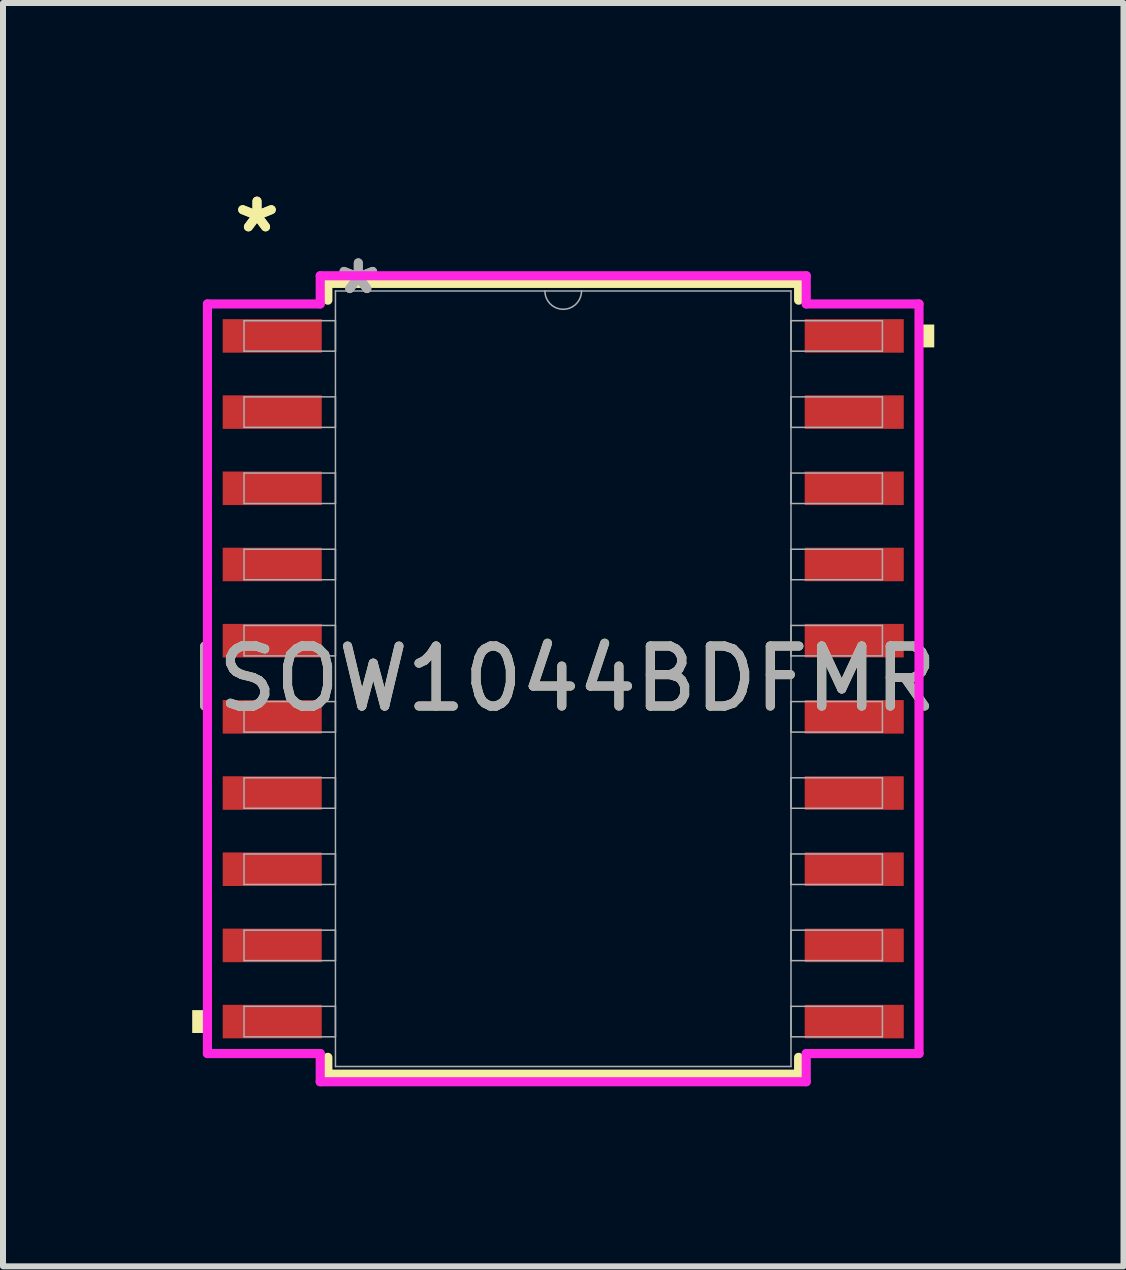
<source format=kicad_pcb>
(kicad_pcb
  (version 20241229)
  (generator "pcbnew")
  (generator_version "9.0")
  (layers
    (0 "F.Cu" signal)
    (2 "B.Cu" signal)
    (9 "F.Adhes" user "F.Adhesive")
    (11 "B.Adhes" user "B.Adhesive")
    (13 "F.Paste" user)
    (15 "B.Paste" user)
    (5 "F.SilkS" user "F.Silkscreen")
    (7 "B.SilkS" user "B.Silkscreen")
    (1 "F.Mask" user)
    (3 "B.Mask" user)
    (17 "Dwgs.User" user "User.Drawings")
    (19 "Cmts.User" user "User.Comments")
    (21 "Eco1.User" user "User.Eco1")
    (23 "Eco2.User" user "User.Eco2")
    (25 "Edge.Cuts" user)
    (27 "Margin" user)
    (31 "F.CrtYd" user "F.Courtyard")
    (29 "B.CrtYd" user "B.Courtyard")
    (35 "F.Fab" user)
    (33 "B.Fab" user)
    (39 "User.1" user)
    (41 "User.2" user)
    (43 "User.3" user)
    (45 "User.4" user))
  (footprint "ISOW1044BDFMR"
    (layer "F.Cu")
    (at 6.339 8.265)
    (property "Reference" "ISOW1044BDFMR" (at 0 0 0) (unlocked yes) (layer "F.SilkS") (effects (font (size 1 1) (thickness 0.15))))
    (attr smd)
    (fp_line (start -3.924 -6.591) (end -3.924 -6.311) (stroke (width 0.152) (type solid)) (layer "F.SilkS"))
    (fp_line (start -3.924 6.311) (end -3.924 6.591) (stroke (width 0.152) (type solid)) (layer "F.SilkS"))
    (fp_line (start -3.924 6.591) (end 3.924 6.591) (stroke (width 0.152) (type solid)) (layer "F.SilkS"))
    (fp_line (start 3.924 -6.591) (end -3.924 -6.591) (stroke (width 0.152) (type solid)) (layer "F.SilkS"))
    (fp_line (start 3.924 -6.311) (end 3.924 -6.591) (stroke (width 0.152) (type solid)) (layer "F.SilkS"))
    (fp_line (start 3.924 6.591) (end 3.924 6.311) (stroke (width 0.152) (type solid)) (layer "F.SilkS"))
    (fp_poly (pts (xy -6.185 5.524) (xy -6.185 5.905) (xy -5.931 5.905) (xy -5.931 5.524)) (stroke (width 0) (type solid)) (fill yes) (layer "F.SilkS"))
    (fp_poly (pts (xy 6.185 -5.905) (xy 6.185 -5.524) (xy 5.931 -5.524) (xy 5.931 -5.905)) (stroke (width 0) (type solid)) (fill yes) (layer "F.SilkS"))
    (fp_line (start -5.931 -6.248) (end -4.051 -6.248) (stroke (width 0.152) (type solid)) (layer "F.CrtYd"))
    (fp_line (start -5.931 6.248) (end -5.931 -6.248) (stroke (width 0.152) (type solid)) (layer "F.CrtYd"))
    (fp_line (start -5.931 6.248) (end -4.051 6.248) (stroke (width 0.152) (type solid)) (layer "F.CrtYd"))
    (fp_line (start -4.051 -6.718) (end 4.051 -6.718) (stroke (width 0.152) (type solid)) (layer "F.CrtYd"))
    (fp_line (start -4.051 -6.248) (end -4.051 -6.718) (stroke (width 0.152) (type solid)) (layer "F.CrtYd"))
    (fp_line (start -4.051 6.718) (end -4.051 6.248) (stroke (width 0.152) (type solid)) (layer "F.CrtYd"))
    (fp_line (start 4.051 -6.718) (end 4.051 -6.248) (stroke (width 0.152) (type solid)) (layer "F.CrtYd"))
    (fp_line (start 4.051 6.248) (end 4.051 6.718) (stroke (width 0.152) (type solid)) (layer "F.CrtYd"))
    (fp_line (start 4.051 6.718) (end -4.051 6.718) (stroke (width 0.152) (type solid)) (layer "F.CrtYd"))
    (fp_line (start 5.931 -6.248) (end 4.051 -6.248) (stroke (width 0.152) (type solid)) (layer "F.CrtYd"))
    (fp_line (start 5.931 -6.248) (end 5.931 6.248) (stroke (width 0.152) (type solid)) (layer "F.CrtYd"))
    (fp_line (start 5.931 6.248) (end 4.051 6.248) (stroke (width 0.152) (type solid)) (layer "F.CrtYd"))
    (fp_line (start -5.321 -5.969) (end -5.321 -5.461) (stroke (width 0.025) (type solid)) (layer "F.Fab"))
    (fp_line (start -5.321 -5.461) (end -3.797 -5.461) (stroke (width 0.025) (type solid)) (layer "F.Fab"))
    (fp_line (start -5.321 -4.699) (end -5.321 -4.191) (stroke (width 0.025) (type solid)) (layer "F.Fab"))
    (fp_line (start -5.321 -4.191) (end -3.797 -4.191) (stroke (width 0.025) (type solid)) (layer "F.Fab"))
    (fp_line (start -5.321 -3.429) (end -5.321 -2.921) (stroke (width 0.025) (type solid)) (layer "F.Fab"))
    (fp_line (start -5.321 -2.921) (end -3.797 -2.921) (stroke (width 0.025) (type solid)) (layer "F.Fab"))
    (fp_line (start -5.321 -2.159) (end -5.321 -1.651) (stroke (width 0.025) (type solid)) (layer "F.Fab"))
    (fp_line (start -5.321 -1.651) (end -3.797 -1.651) (stroke (width 0.025) (type solid)) (layer "F.Fab"))
    (fp_line (start -5.321 -0.889) (end -5.321 -0.381) (stroke (width 0.025) (type solid)) (layer "F.Fab"))
    (fp_line (start -5.321 -0.381) (end -3.797 -0.381) (stroke (width 0.025) (type solid)) (layer "F.Fab"))
    (fp_line (start -5.321 0.381) (end -5.321 0.889) (stroke (width 0.025) (type solid)) (layer "F.Fab"))
    (fp_line (start -5.321 0.889) (end -3.797 0.889) (stroke (width 0.025) (type solid)) (layer "F.Fab"))
    (fp_line (start -5.321 1.651) (end -5.321 2.159) (stroke (width 0.025) (type solid)) (layer "F.Fab"))
    (fp_line (start -5.321 2.159) (end -3.797 2.159) (stroke (width 0.025) (type solid)) (layer "F.Fab"))
    (fp_line (start -5.321 2.921) (end -5.321 3.429) (stroke (width 0.025) (type solid)) (layer "F.Fab"))
    (fp_line (start -5.321 3.429) (end -3.797 3.429) (stroke (width 0.025) (type solid)) (layer "F.Fab"))
    (fp_line (start -5.321 4.191) (end -5.321 4.699) (stroke (width 0.025) (type solid)) (layer "F.Fab"))
    (fp_line (start -5.321 4.699) (end -3.797 4.699) (stroke (width 0.025) (type solid)) (layer "F.Fab"))
    (fp_line (start -5.321 5.461) (end -5.321 5.969) (stroke (width 0.025) (type solid)) (layer "F.Fab"))
    (fp_line (start -5.321 5.969) (end -3.797 5.969) (stroke (width 0.025) (type solid)) (layer "F.Fab"))
    (fp_line (start -3.797 -6.464) (end -3.797 6.464) (stroke (width 0.025) (type solid)) (layer "F.Fab"))
    (fp_line (start -3.797 -5.969) (end -5.321 -5.969) (stroke (width 0.025) (type solid)) (layer "F.Fab"))
    (fp_line (start -3.797 -5.461) (end -3.797 -5.969) (stroke (width 0.025) (type solid)) (layer "F.Fab"))
    (fp_line (start -3.797 -4.699) (end -5.321 -4.699) (stroke (width 0.025) (type solid)) (layer "F.Fab"))
    (fp_line (start -3.797 -4.191) (end -3.797 -4.699) (stroke (width 0.025) (type solid)) (layer "F.Fab"))
    (fp_line (start -3.797 -3.429) (end -5.321 -3.429) (stroke (width 0.025) (type solid)) (layer "F.Fab"))
    (fp_line (start -3.797 -2.921) (end -3.797 -3.429) (stroke (width 0.025) (type solid)) (layer "F.Fab"))
    (fp_line (start -3.797 -2.159) (end -5.321 -2.159) (stroke (width 0.025) (type solid)) (layer "F.Fab"))
    (fp_line (start -3.797 -1.651) (end -3.797 -2.159) (stroke (width 0.025) (type solid)) (layer "F.Fab"))
    (fp_line (start -3.797 -0.889) (end -5.321 -0.889) (stroke (width 0.025) (type solid)) (layer "F.Fab"))
    (fp_line (start -3.797 -0.381) (end -3.797 -0.889) (stroke (width 0.025) (type solid)) (layer "F.Fab"))
    (fp_line (start -3.797 0.381) (end -5.321 0.381) (stroke (width 0.025) (type solid)) (layer "F.Fab"))
    (fp_line (start -3.797 0.889) (end -3.797 0.381) (stroke (width 0.025) (type solid)) (layer "F.Fab"))
    (fp_line (start -3.797 1.651) (end -5.321 1.651) (stroke (width 0.025) (type solid)) (layer "F.Fab"))
    (fp_line (start -3.797 2.159) (end -3.797 1.651) (stroke (width 0.025) (type solid)) (layer "F.Fab"))
    (fp_line (start -3.797 2.921) (end -5.321 2.921) (stroke (width 0.025) (type solid)) (layer "F.Fab"))
    (fp_line (start -3.797 3.429) (end -3.797 2.921) (stroke (width 0.025) (type solid)) (layer "F.Fab"))
    (fp_line (start -3.797 4.191) (end -5.321 4.191) (stroke (width 0.025) (type solid)) (layer "F.Fab"))
    (fp_line (start -3.797 4.699) (end -3.797 4.191) (stroke (width 0.025) (type solid)) (layer "F.Fab"))
    (fp_line (start -3.797 5.461) (end -5.321 5.461) (stroke (width 0.025) (type solid)) (layer "F.Fab"))
    (fp_line (start -3.797 5.969) (end -3.797 5.461) (stroke (width 0.025) (type solid)) (layer "F.Fab"))
    (fp_line (start -3.797 6.464) (end 3.797 6.464) (stroke (width 0.025) (type solid)) (layer "F.Fab"))
    (fp_line (start 3.797 -6.464) (end -3.797 -6.464) (stroke (width 0.025) (type solid)) (layer "F.Fab"))
    (fp_line (start 3.797 -5.969) (end 3.797 -5.461) (stroke (width 0.025) (type solid)) (layer "F.Fab"))
    (fp_line (start 3.797 -5.461) (end 5.321 -5.461) (stroke (width 0.025) (type solid)) (layer "F.Fab"))
    (fp_line (start 3.797 -4.699) (end 3.797 -4.191) (stroke (width 0.025) (type solid)) (layer "F.Fab"))
    (fp_line (start 3.797 -4.191) (end 5.321 -4.191) (stroke (width 0.025) (type solid)) (layer "F.Fab"))
    (fp_line (start 3.797 -3.429) (end 3.797 -2.921) (stroke (width 0.025) (type solid)) (layer "F.Fab"))
    (fp_line (start 3.797 -2.921) (end 5.321 -2.921) (stroke (width 0.025) (type solid)) (layer "F.Fab"))
    (fp_line (start 3.797 -2.159) (end 3.797 -1.651) (stroke (width 0.025) (type solid)) (layer "F.Fab"))
    (fp_line (start 3.797 -1.651) (end 5.321 -1.651) (stroke (width 0.025) (type solid)) (layer "F.Fab"))
    (fp_line (start 3.797 -0.889) (end 3.797 -0.381) (stroke (width 0.025) (type solid)) (layer "F.Fab"))
    (fp_line (start 3.797 -0.381) (end 5.321 -0.381) (stroke (width 0.025) (type solid)) (layer "F.Fab"))
    (fp_line (start 3.797 0.381) (end 3.797 0.889) (stroke (width 0.025) (type solid)) (layer "F.Fab"))
    (fp_line (start 3.797 0.889) (end 5.321 0.889) (stroke (width 0.025) (type solid)) (layer "F.Fab"))
    (fp_line (start 3.797 1.651) (end 3.797 2.159) (stroke (width 0.025) (type solid)) (layer "F.Fab"))
    (fp_line (start 3.797 2.159) (end 5.321 2.159) (stroke (width 0.025) (type solid)) (layer "F.Fab"))
    (fp_line (start 3.797 2.921) (end 3.797 3.429) (stroke (width 0.025) (type solid)) (layer "F.Fab"))
    (fp_line (start 3.797 3.429) (end 5.321 3.429) (stroke (width 0.025) (type solid)) (layer "F.Fab"))
    (fp_line (start 3.797 4.191) (end 3.797 4.699) (stroke (width 0.025) (type solid)) (layer "F.Fab"))
    (fp_line (start 3.797 4.699) (end 5.321 4.699) (stroke (width 0.025) (type solid)) (layer "F.Fab"))
    (fp_line (start 3.797 5.461) (end 3.797 5.969) (stroke (width 0.025) (type solid)) (layer "F.Fab"))
    (fp_line (start 3.797 5.969) (end 5.321 5.969) (stroke (width 0.025) (type solid)) (layer "F.Fab"))
    (fp_line (start 3.797 6.464) (end 3.797 -6.464) (stroke (width 0.025) (type solid)) (layer "F.Fab"))
    (fp_line (start 5.321 -5.969) (end 3.797 -5.969) (stroke (width 0.025) (type solid)) (layer "F.Fab"))
    (fp_line (start 5.321 -5.461) (end 5.321 -5.969) (stroke (width 0.025) (type solid)) (layer "F.Fab"))
    (fp_line (start 5.321 -4.699) (end 3.797 -4.699) (stroke (width 0.025) (type solid)) (layer "F.Fab"))
    (fp_line (start 5.321 -4.191) (end 5.321 -4.699) (stroke (width 0.025) (type solid)) (layer "F.Fab"))
    (fp_line (start 5.321 -3.429) (end 3.797 -3.429) (stroke (width 0.025) (type solid)) (layer "F.Fab"))
    (fp_line (start 5.321 -2.921) (end 5.321 -3.429) (stroke (width 0.025) (type solid)) (layer "F.Fab"))
    (fp_line (start 5.321 -2.159) (end 3.797 -2.159) (stroke (width 0.025) (type solid)) (layer "F.Fab"))
    (fp_line (start 5.321 -1.651) (end 5.321 -2.159) (stroke (width 0.025) (type solid)) (layer "F.Fab"))
    (fp_line (start 5.321 -0.889) (end 3.797 -0.889) (stroke (width 0.025) (type solid)) (layer "F.Fab"))
    (fp_line (start 5.321 -0.381) (end 5.321 -0.889) (stroke (width 0.025) (type solid)) (layer "F.Fab"))
    (fp_line (start 5.321 0.381) (end 3.797 0.381) (stroke (width 0.025) (type solid)) (layer "F.Fab"))
    (fp_line (start 5.321 0.889) (end 5.321 0.381) (stroke (width 0.025) (type solid)) (layer "F.Fab"))
    (fp_line (start 5.321 1.651) (end 3.797 1.651) (stroke (width 0.025) (type solid)) (layer "F.Fab"))
    (fp_line (start 5.321 2.159) (end 5.321 1.651) (stroke (width 0.025) (type solid)) (layer "F.Fab"))
    (fp_line (start 5.321 2.921) (end 3.797 2.921) (stroke (width 0.025) (type solid)) (layer "F.Fab"))
    (fp_line (start 5.321 3.429) (end 5.321 2.921) (stroke (width 0.025) (type solid)) (layer "F.Fab"))
    (fp_line (start 5.321 4.191) (end 3.797 4.191) (stroke (width 0.025) (type solid)) (layer "F.Fab"))
    (fp_line (start 5.321 4.699) (end 5.321 4.191) (stroke (width 0.025) (type solid)) (layer "F.Fab"))
    (fp_line (start 5.321 5.461) (end 3.797 5.461) (stroke (width 0.025) (type solid)) (layer "F.Fab"))
    (fp_line (start 5.321 5.969) (end 5.321 5.461) (stroke (width 0.025) (type solid)) (layer "F.Fab"))
    (fp_arc (start 0.3048 -6.4643) (mid 0 -6.1595) (end -0.3048 -6.4643) (stroke (width 0.0254) (type solid)) (layer "F.Fab"))
    (fp_text user "*" (at -5.105 -7.417 0) (unlocked yes) (layer "F.SilkS") (effects (font (size 1 1) (thickness 0.15))))
    (fp_text user "*" (at -5.105 -7.417 0) (layer "F.SilkS") (effects (font (size 1 1) (thickness 0.15))))
    (fp_text user "*" (at -3.416 -6.388 0) (layer "F.Fab") (effects (font (size 1 1) (thickness 0.15))))
    (fp_text user "${REFERENCE}" (at 0 0 0) (unlocked yes) (layer "F.Fab") (effects (font (size 1 1) (thickness 0.15))))
    (fp_text user "*" (at -3.416 -6.388 0) (unlocked yes) (layer "F.Fab") (effects (font (size 1 1) (thickness 0.15))))
    (pad "1" smd rect (at -4.851 -5.715) (size 1.651 0.559) (layers "F.Cu" "F.Mask" "F.Paste"))
    (pad "2" smd rect (at -4.851 -4.445) (size 1.651 0.559) (layers "F.Cu" "F.Mask" "F.Paste"))
    (pad "3" smd rect (at -4.851 -3.175) (size 1.651 0.559) (layers "F.Cu" "F.Mask" "F.Paste"))
    (pad "4" smd rect (at -4.851 -1.905) (size 1.651 0.559) (layers "F.Cu" "F.Mask" "F.Paste"))
    (pad "5" smd rect (at -4.851 -0.635) (size 1.651 0.559) (layers "F.Cu" "F.Mask" "F.Paste"))
    (pad "6" smd rect (at -4.851 0.635) (size 1.651 0.559) (layers "F.Cu" "F.Mask" "F.Paste"))
    (pad "7" smd rect (at -4.851 1.905) (size 1.651 0.559) (layers "F.Cu" "F.Mask" "F.Paste"))
    (pad "8" smd rect (at -4.851 3.175) (size 1.651 0.559) (layers "F.Cu" "F.Mask" "F.Paste"))
    (pad "9" smd rect (at -4.851 4.445) (size 1.651 0.559) (layers "F.Cu" "F.Mask" "F.Paste"))
    (pad "10" smd rect (at -4.851 5.715) (size 1.651 0.559) (layers "F.Cu" "F.Mask" "F.Paste"))
    (pad "11" smd rect (at 4.851 5.715) (size 1.651 0.559) (layers "F.Cu" "F.Mask" "F.Paste"))
    (pad "12" smd rect (at 4.851 4.445) (size 1.651 0.559) (layers "F.Cu" "F.Mask" "F.Paste"))
    (pad "13" smd rect (at 4.851 3.175) (size 1.651 0.559) (layers "F.Cu" "F.Mask" "F.Paste"))
    (pad "14" smd rect (at 4.851 1.905) (size 1.651 0.559) (layers "F.Cu" "F.Mask" "F.Paste"))
    (pad "15" smd rect (at 4.851 0.635) (size 1.651 0.559) (layers "F.Cu" "F.Mask" "F.Paste"))
    (pad "16" smd rect (at 4.851 -0.635) (size 1.651 0.559) (layers "F.Cu" "F.Mask" "F.Paste"))
    (pad "17" smd rect (at 4.851 -1.905) (size 1.651 0.559) (layers "F.Cu" "F.Mask" "F.Paste"))
    (pad "18" smd rect (at 4.851 -3.175) (size 1.651 0.559) (layers "F.Cu" "F.Mask" "F.Paste"))
    (pad "19" smd rect (at 4.851 -4.445) (size 1.651 0.559) (layers "F.Cu" "F.Mask" "F.Paste"))
    (pad "20" smd rect (at 4.851 -5.715) (size 1.651 0.559) (layers "F.Cu" "F.Mask" "F.Paste")))
  (gr_rect
    (start -3 -3)
    (end 15.679 18.06)
    (stroke (width 0.1) (type default))
    (fill no)
    (layer "Edge.Cuts")))
</source>
